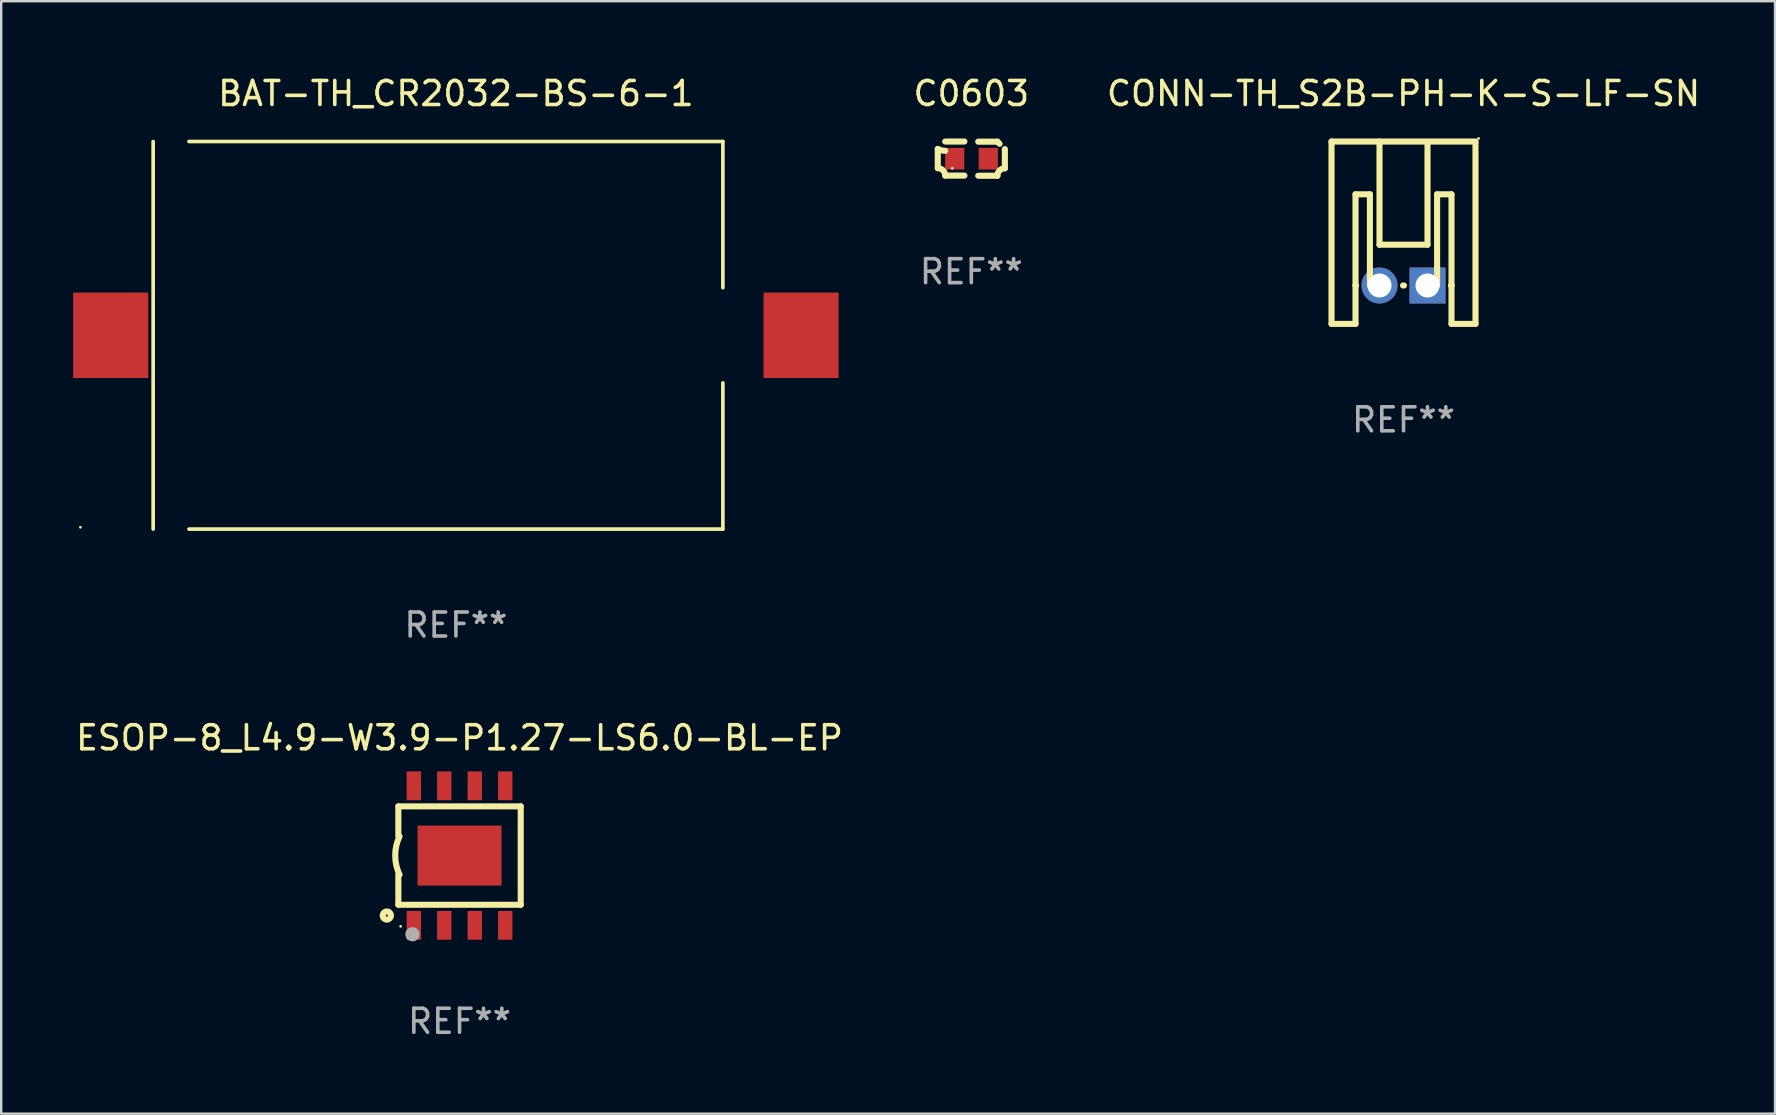
<source format=kicad_pcb>
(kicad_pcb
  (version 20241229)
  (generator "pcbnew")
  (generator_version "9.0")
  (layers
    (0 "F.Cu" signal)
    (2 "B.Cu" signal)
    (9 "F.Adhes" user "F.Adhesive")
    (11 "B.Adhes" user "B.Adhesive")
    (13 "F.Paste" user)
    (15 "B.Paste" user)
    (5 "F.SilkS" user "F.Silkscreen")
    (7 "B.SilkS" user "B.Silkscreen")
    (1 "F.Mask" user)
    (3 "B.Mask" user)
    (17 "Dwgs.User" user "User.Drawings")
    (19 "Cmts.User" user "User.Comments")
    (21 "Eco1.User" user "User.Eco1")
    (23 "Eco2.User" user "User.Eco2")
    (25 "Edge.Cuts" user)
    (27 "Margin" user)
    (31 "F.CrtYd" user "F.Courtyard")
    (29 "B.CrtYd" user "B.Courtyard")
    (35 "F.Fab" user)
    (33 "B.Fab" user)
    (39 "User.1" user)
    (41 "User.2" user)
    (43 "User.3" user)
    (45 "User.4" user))
  (footprint "ESOP-8_L4.9-W3.9-P1.27-LS6.0-BL-EP"
    (layer "F.Cu")
    (at 16.101 32.606)
    (property "Reference" "ESOP-8_L4.9-W3.9-P1.27-LS6.0-BL-EP" (at 0 -4.908 0) (layer "F.SilkS") (effects (font (size 1 1) (thickness 0.15))))
    (attr through_hole)
    (fp_line (start -2.55 -2.05) (end 2.55 -2.05) (stroke (width 0.254) (type solid)) (layer "F.SilkS"))
    (fp_line (start -2.55 -0.8) (end -2.55 -2.05) (stroke (width 0.254) (type solid)) (layer "F.SilkS"))
    (fp_line (start -2.55 0.8) (end -2.55 2.05) (stroke (width 0.254) (type solid)) (layer "F.SilkS"))
    (fp_line (start 2.55 -2.05) (end 2.55 2.05) (stroke (width 0.254) (type solid)) (layer "F.SilkS"))
    (fp_line (start 2.55 2.05) (end -2.55 2.05) (stroke (width 0.254) (type solid)) (layer "F.SilkS"))
    (fp_arc (start -2.499873 0.800102) (mid -2.680296 0) (end -2.499873 -0.800102) (stroke (width 0.254001) (type solid)) (layer "F.SilkS"))
    (fp_circle (center -3.03 2.5) (end -2.86 2.5) (stroke (width 0.254) (type solid)) (fill no) (layer "F.SilkS"))
    (fp_circle (center -2.454 2.95) (end -2.424 2.95) (stroke (width 0.06) (type solid)) (fill no) (layer "F.SilkS"))
    (fp_circle (center -1.96 3.28) (end -1.81 3.28) (stroke (width 0.3) (type solid)) (fill no) (layer "F.Fab"))
    (fp_text user "REF**" (at 0 6.908 0) (layer "F.Fab") (effects (font (size 1 1) (thickness 0.15))))
    (pad "1" smd rect (at -1.905 2.908) (size 0.6 1.2) (layers "F.Cu" "F.Mask" "F.Paste"))
    (pad "2" smd rect (at -0.635 2.908) (size 0.6 1.2) (layers "F.Cu" "F.Mask" "F.Paste"))
    (pad "3" smd rect (at 0.635 2.908) (size 0.6 1.2) (layers "F.Cu" "F.Mask" "F.Paste"))
    (pad "4" smd rect (at 1.905 2.908) (size 0.6 1.2) (layers "F.Cu" "F.Mask" "F.Paste"))
    (pad "5" smd rect (at 1.905 -2.908) (size 0.6 1.2) (layers "F.Cu" "F.Mask" "F.Paste"))
    (pad "6" smd rect (at 0.635 -2.908) (size 0.6 1.2) (layers "F.Cu" "F.Mask" "F.Paste"))
    (pad "7" smd rect (at -0.635 -2.908) (size 0.6 1.2) (layers "F.Cu" "F.Mask" "F.Paste"))
    (pad "8" smd rect (at -1.905 -2.908) (size 0.6 1.2) (layers "F.Cu" "F.Mask" "F.Paste"))
    (pad "9" smd rect (at 0 0 180) (size 3.5 2.5) (layers "F.Cu" "F.Mask" "F.Paste")))
  (footprint "CONN-TH_S2B-PH-K-S-LF-SN"
    (layer "F.Cu")
    (at 55.442 6.648)
    (property "Reference" "CONN-TH_S2B-PH-K-S-LF-SN" (at 0 -5.8 0) (layer "F.SilkS") (effects (font (size 1 1) (thickness 0.15))))
    (attr through_hole)
    (fp_line (start -3 -3.8) (end -3 3.8) (stroke (width 0.254) (type solid)) (layer "F.SilkS"))
    (fp_line (start -3 -3.8) (end 3 -3.8) (stroke (width 0.254) (type solid)) (layer "F.SilkS"))
    (fp_line (start -3 3.8) (end -2 3.8) (stroke (width 0.254) (type solid)) (layer "F.SilkS"))
    (fp_line (start -2 -1.6) (end -1.4 -1.6) (stroke (width 0.254) (type solid)) (layer "F.SilkS"))
    (fp_line (start -2 2.2) (end -2 -1.6) (stroke (width 0.254) (type solid)) (layer "F.SilkS"))
    (fp_line (start -2 2.2) (end -1.981 2.2) (stroke (width 0.254) (type solid)) (layer "F.SilkS"))
    (fp_line (start -2 3.8) (end -2 2.2) (stroke (width 0.254) (type solid)) (layer "F.SilkS"))
    (fp_line (start -1.4 -1.6) (end -1.4 2.2) (stroke (width 0.254) (type solid)) (layer "F.SilkS"))
    (fp_line (start -1 -3.8) (end -1 0.5) (stroke (width 0.254) (type solid)) (layer "F.SilkS"))
    (fp_line (start -1 0.5) (end 1 0.5) (stroke (width 0.254) (type solid)) (layer "F.SilkS"))
    (fp_line (start -0.019 2.2) (end 0.019 2.2) (stroke (width 0.254) (type solid)) (layer "F.SilkS"))
    (fp_line (start 1 0.5) (end 1 -3.7) (stroke (width 0.254) (type solid)) (layer "F.SilkS"))
    (fp_line (start 1.4 -1.6) (end 2 -1.6) (stroke (width 0.254) (type solid)) (layer "F.SilkS"))
    (fp_line (start 1.4 2.2) (end 1.4 -1.6) (stroke (width 0.254) (type solid)) (layer "F.SilkS"))
    (fp_line (start 1.981 2.2) (end 2 2.2) (stroke (width 0.254) (type solid)) (layer "F.SilkS"))
    (fp_line (start 2 3.8) (end 2 2.2) (stroke (width 0.254) (type solid)) (layer "F.SilkS"))
    (fp_line (start 2 -1.6) (end 2 2.2) (stroke (width 0.254) (type solid)) (layer "F.SilkS"))
    (fp_line (start 3 3.8) (end 2 3.8) (stroke (width 0.254) (type solid)) (layer "F.SilkS"))
    (fp_line (start 3 3.8) (end 3 -3.759) (stroke (width 0.254) (type solid)) (layer "F.SilkS"))
    (fp_circle (center 3.127 -3.927) (end 3.157 -3.927) (stroke (width 0.06) (type solid)) (fill no) (layer "F.SilkS"))
    (fp_text user "REF**" (at 0 7.8 0) (layer "F.Fab") (effects (font (size 1 1) (thickness 0.15))))
    (pad "1" thru_hole rect (at 1 2.2) (size 1.5 1.5) (drill 1) (layers "*.Cu" "*.Mask"))
    (pad "2" thru_hole circle (at -1 2.2) (size 1.5 1.5) (drill 1) (layers "*.Cu" "*.Mask")))
  (footprint "BAT-TH_CR2032-BS-6-1"
    (layer "F.Cu")
    (at 15.95 10.924)
    (property "Reference" "BAT-TH_CR2032-BS-6-1" (at 0 -10.076 0) (layer "F.SilkS") (effects (font (size 1 1) (thickness 0.15))))
    (attr through_hole)
    (fp_line (start -12.617 -8.076) (end -12.617 8.076) (stroke (width 0.152) (type solid)) (layer "F.SilkS"))
    (fp_line (start -11.126 -8.076) (end 11.126 -8.076) (stroke (width 0.152) (type solid)) (layer "F.SilkS"))
    (fp_line (start -11.126 8.076) (end 11.126 8.076) (stroke (width 0.152) (type solid)) (layer "F.SilkS"))
    (fp_line (start 11.126 -8.076) (end 11.126 -1.983) (stroke (width 0.152) (type solid)) (layer "F.SilkS"))
    (fp_line (start 11.126 8.076) (end 11.126 1.983) (stroke (width 0.152) (type solid)) (layer "F.SilkS"))
    (fp_circle (center -15.65 8) (end -15.62 8) (stroke (width 0.06) (type solid)) (fill no) (layer "F.SilkS"))
    (fp_text user "REF**" (at 0 12.076 0) (layer "F.Fab") (effects (font (size 1 1) (thickness 0.15))))
    (pad "1" smd rect (at 14.385 0) (size 3.13 3.56) (layers "F.Cu" "F.Mask" "F.Paste"))
    (pad "2" smd rect (at -14.385 0) (size 3.13 3.56) (layers "F.Cu" "F.Mask" "F.Paste")))
  (footprint "C0603"
    (layer "F.Cu")
    (at 37.43 3.561)
    (property "Reference" "C0603" (at 0 -2.713 0) (layer "F.SilkS") (effects (font (size 1 1) (thickness 0.15))))
    (attr through_hole)
    (fp_line (start -1.398 -0.403) (end -1.398 0.397) (stroke (width 0.254) (type solid)) (layer "F.SilkS"))
    (fp_line (start -0.288 -0.713) (end -1.088 -0.713) (stroke (width 0.254) (type solid)) (layer "F.SilkS"))
    (fp_line (start -0.288 0.707) (end -1.088 0.707) (stroke (width 0.254) (type solid)) (layer "F.SilkS"))
    (fp_line (start 0.288 -0.707) (end 1.088 -0.707) (stroke (width 0.254) (type solid)) (layer "F.SilkS"))
    (fp_line (start 0.288 0.713) (end 1.088 0.713) (stroke (width 0.254) (type solid)) (layer "F.SilkS"))
    (fp_line (start 1.398 -0.397) (end 1.398 0.403) (stroke (width 0.254) (type solid)) (layer "F.SilkS"))
    (fp_arc (start -1.397789 0.397066) (mid -1.178701 0.487826) (end -1.08796 0.706922) (stroke (width 0.254001) (type solid)) (layer "F.SilkS"))
    (fp_arc (start -1.08796 -0.327176) (mid -1.247436 -0.346384) (end -1.39779 -0.402908) (stroke (width 0.254001) (type solid)) (layer "F.SilkS"))
    (fp_arc (start 1.087909 0.712738) (mid 1.178656 0.493655) (end 1.397739 0.402908) (stroke (width 0.254001) (type solid)) (layer "F.SilkS"))
    (fp_arc (start 1.175925 -0.618926) (mid 1.131917 -0.662923) (end 1.08791 -0.706922) (stroke (width 0.254001) (type solid)) (layer "F.SilkS"))
    (fp_circle (center -0.795 0.403) (end -0.765 0.403) (stroke (width 0.06) (type solid)) (fill no) (layer "F.SilkS"))
    (fp_text user "REF**" (at 0 4.713 0) (layer "F.Fab") (effects (font (size 1 1) (thickness 0.15))))
    (pad "1" smd rect (at -0.692 0.003) (size 0.8 0.9) (layers "F.Cu" "F.Mask" "F.Paste"))
    (pad "2" smd rect (at 0.708 0.003) (size 0.8 0.9) (layers "F.Cu" "F.Mask" "F.Paste")))
  (gr_rect
    (start -3 -3)
    (end 70.924 43.362)
    (stroke (width 0.1) (type default))
    (fill no)
    (layer "Edge.Cuts")))
</source>
